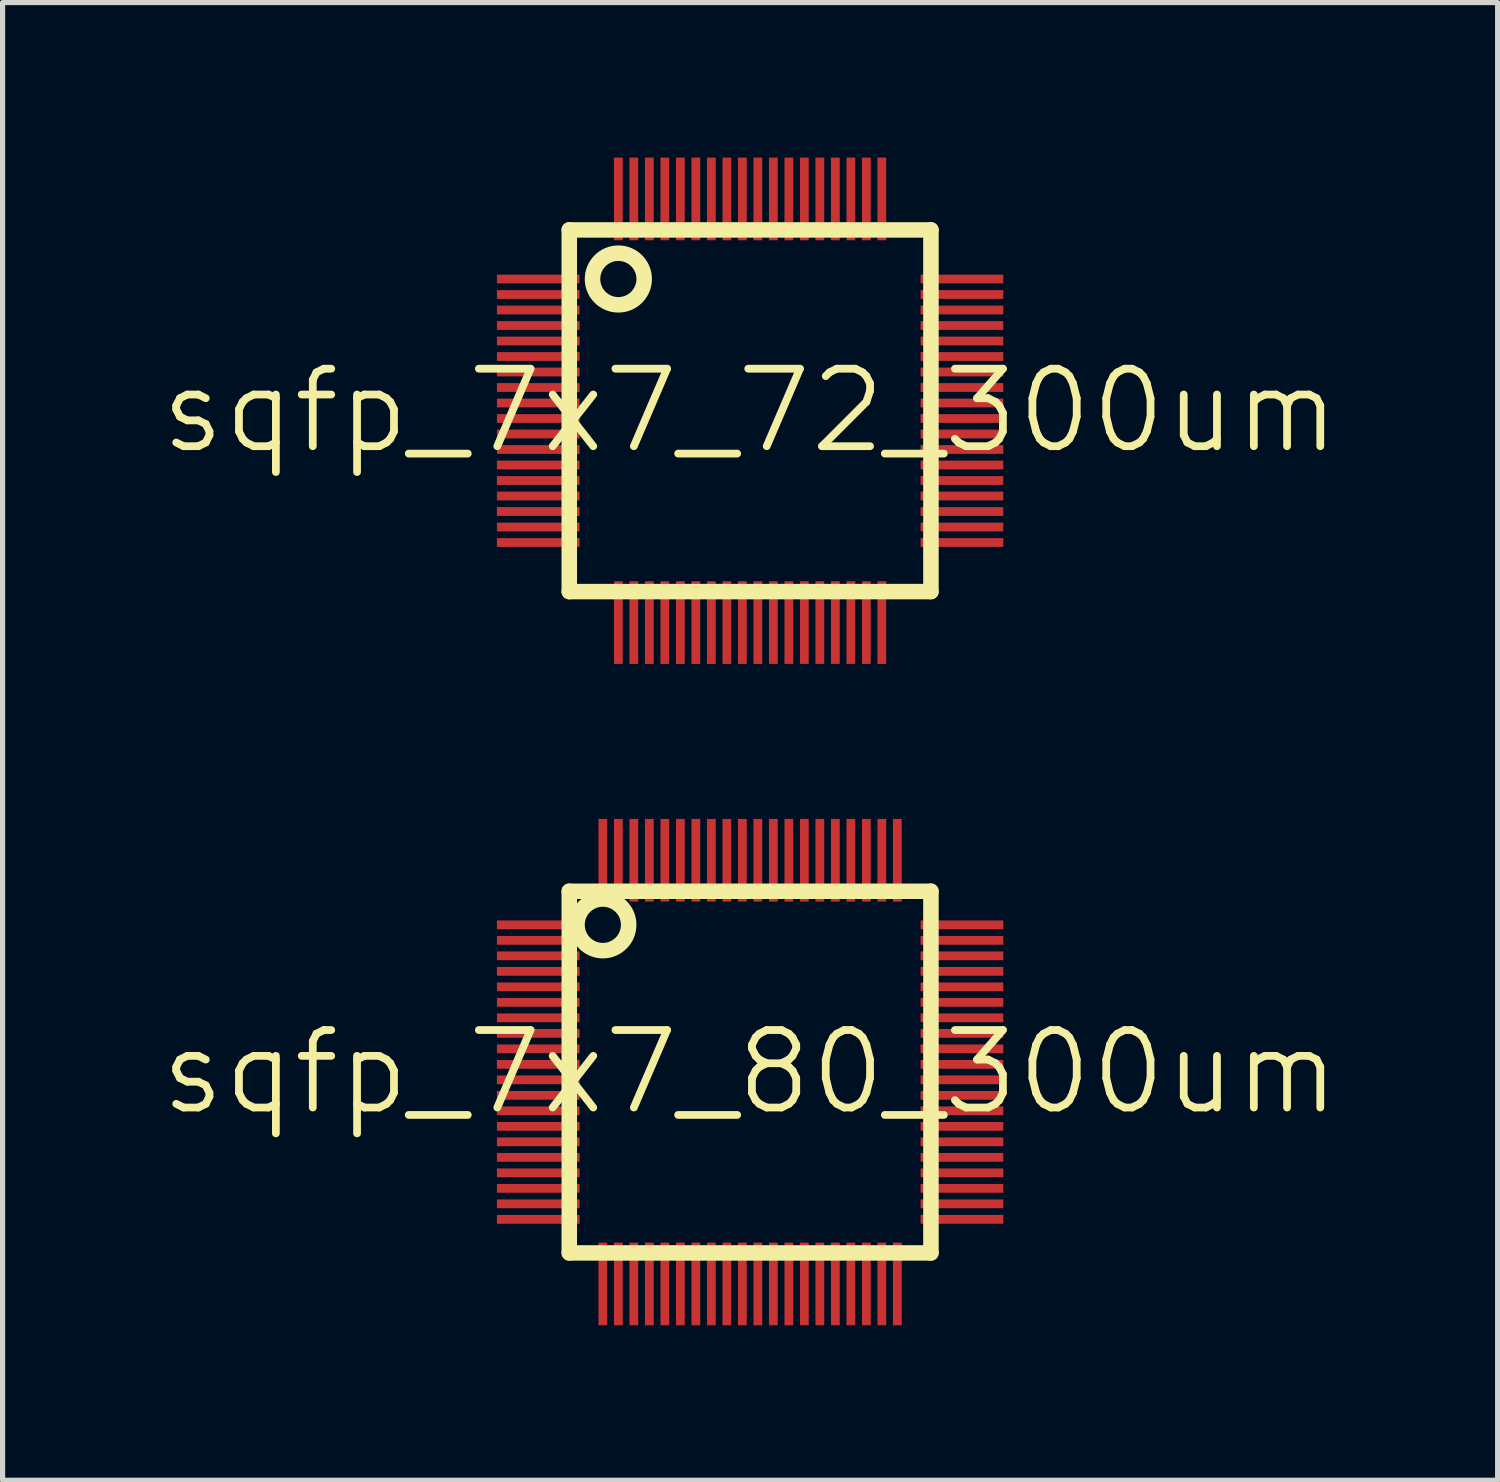
<source format=kicad_pcb>
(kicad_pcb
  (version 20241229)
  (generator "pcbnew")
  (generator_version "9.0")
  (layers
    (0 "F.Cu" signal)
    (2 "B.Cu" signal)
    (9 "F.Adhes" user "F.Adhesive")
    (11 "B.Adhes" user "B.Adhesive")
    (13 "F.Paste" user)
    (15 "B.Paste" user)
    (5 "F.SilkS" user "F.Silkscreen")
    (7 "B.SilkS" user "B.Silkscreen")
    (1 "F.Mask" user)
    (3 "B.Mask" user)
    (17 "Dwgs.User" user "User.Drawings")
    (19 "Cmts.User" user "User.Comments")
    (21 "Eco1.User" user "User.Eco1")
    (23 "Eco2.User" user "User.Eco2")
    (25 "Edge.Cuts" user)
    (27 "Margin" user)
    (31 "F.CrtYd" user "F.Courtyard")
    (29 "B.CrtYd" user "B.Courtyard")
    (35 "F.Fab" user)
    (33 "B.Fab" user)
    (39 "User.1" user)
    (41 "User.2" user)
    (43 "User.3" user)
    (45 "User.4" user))
  (footprint "sqfp_7x7_72_300um"
    (layer "F.Cu")
    (at 11.468 4.9)
    (property "Reference" "sqfp_7x7_72_300um" (at 0 0 0) (layer "F.SilkS") (effects (font (size 1.5 1.5) (thickness 0.15))))
    (attr through_hole)
    (fp_line (start -3.5 -3.5) (end 3.5 -3.5) (stroke (width 0.3) (type solid)) (layer "F.SilkS"))
    (fp_line (start -3.5 3.5) (end -3.5 -3.5) (stroke (width 0.3) (type solid)) (layer "F.SilkS"))
    (fp_line (start 3.5 -3.5) (end 3.5 3.5) (stroke (width 0.3) (type solid)) (layer "F.SilkS"))
    (fp_line (start 3.5 3.5) (end -3.5 3.5) (stroke (width 0.3) (type solid)) (layer "F.SilkS"))
    (fp_circle (center -2.55 -2.55) (end -2.05 -2.55) (stroke (width 0.3) (type solid)) (fill no) (layer "F.SilkS"))
    (pad "1" smd rect (at -4.1 -2.55 90) (size 0.17 1.6) (layers "F.Cu" "F.Mask" "F.Paste"))
    (pad "2" smd rect (at -4.1 -2.25 90) (size 0.17 1.6) (layers "F.Cu" "F.Mask" "F.Paste"))
    (pad "3" smd rect (at -4.1 -1.95 90) (size 0.17 1.6) (layers "F.Cu" "F.Mask" "F.Paste"))
    (pad "4" smd rect (at -4.1 -1.65 90) (size 0.17 1.6) (layers "F.Cu" "F.Mask" "F.Paste"))
    (pad "5" smd rect (at -4.1 -1.35 90) (size 0.17 1.6) (layers "F.Cu" "F.Mask" "F.Paste"))
    (pad "6" smd rect (at -4.1 -1.05 90) (size 0.17 1.6) (layers "F.Cu" "F.Mask" "F.Paste"))
    (pad "7" smd rect (at -4.1 -0.75 90) (size 0.17 1.6) (layers "F.Cu" "F.Mask" "F.Paste"))
    (pad "8" smd rect (at -4.1 -0.45 90) (size 0.17 1.6) (layers "F.Cu" "F.Mask" "F.Paste"))
    (pad "9" smd rect (at -4.1 -0.15 90) (size 0.17 1.6) (layers "F.Cu" "F.Mask" "F.Paste"))
    (pad "10" smd rect (at -4.1 0.15 90) (size 0.17 1.6) (layers "F.Cu" "F.Mask" "F.Paste"))
    (pad "11" smd rect (at -4.1 0.45 90) (size 0.17 1.6) (layers "F.Cu" "F.Mask" "F.Paste"))
    (pad "12" smd rect (at -4.1 0.75 90) (size 0.17 1.6) (layers "F.Cu" "F.Mask" "F.Paste"))
    (pad "13" smd rect (at -4.1 1.05 90) (size 0.17 1.6) (layers "F.Cu" "F.Mask" "F.Paste"))
    (pad "14" smd rect (at -4.1 1.35 90) (size 0.17 1.6) (layers "F.Cu" "F.Mask" "F.Paste"))
    (pad "15" smd rect (at -4.1 1.65 90) (size 0.17 1.6) (layers "F.Cu" "F.Mask" "F.Paste"))
    (pad "16" smd rect (at -4.1 1.95 90) (size 0.17 1.6) (layers "F.Cu" "F.Mask" "F.Paste"))
    (pad "17" smd rect (at -4.1 2.25 90) (size 0.17 1.6) (layers "F.Cu" "F.Mask" "F.Paste"))
    (pad "18" smd rect (at -4.1 2.55 90) (size 0.17 1.6) (layers "F.Cu" "F.Mask" "F.Paste"))
    (pad "19" smd rect (at -2.55 4.1) (size 0.17 1.6) (layers "F.Cu" "F.Mask" "F.Paste"))
    (pad "20" smd rect (at -2.25 4.1) (size 0.17 1.6) (layers "F.Cu" "F.Mask" "F.Paste"))
    (pad "21" smd rect (at -1.95 4.1) (size 0.17 1.6) (layers "F.Cu" "F.Mask" "F.Paste"))
    (pad "22" smd rect (at -1.65 4.1) (size 0.17 1.6) (layers "F.Cu" "F.Mask" "F.Paste"))
    (pad "23" smd rect (at -1.35 4.1) (size 0.17 1.6) (layers "F.Cu" "F.Mask" "F.Paste"))
    (pad "24" smd rect (at -1.05 4.1) (size 0.17 1.6) (layers "F.Cu" "F.Mask" "F.Paste"))
    (pad "25" smd rect (at -0.75 4.1) (size 0.17 1.6) (layers "F.Cu" "F.Mask" "F.Paste"))
    (pad "26" smd rect (at -0.45 4.1) (size 0.17 1.6) (layers "F.Cu" "F.Mask" "F.Paste"))
    (pad "27" smd rect (at -0.15 4.1) (size 0.17 1.6) (layers "F.Cu" "F.Mask" "F.Paste"))
    (pad "28" smd rect (at 0.15 4.1) (size 0.17 1.6) (layers "F.Cu" "F.Mask" "F.Paste"))
    (pad "29" smd rect (at 0.45 4.1) (size 0.17 1.6) (layers "F.Cu" "F.Mask" "F.Paste"))
    (pad "30" smd rect (at 0.75 4.1) (size 0.17 1.6) (layers "F.Cu" "F.Mask" "F.Paste"))
    (pad "31" smd rect (at 1.05 4.1) (size 0.17 1.6) (layers "F.Cu" "F.Mask" "F.Paste"))
    (pad "32" smd rect (at 1.35 4.1) (size 0.17 1.6) (layers "F.Cu" "F.Mask" "F.Paste"))
    (pad "33" smd rect (at 1.65 4.1) (size 0.17 1.6) (layers "F.Cu" "F.Mask" "F.Paste"))
    (pad "34" smd rect (at 1.95 4.1) (size 0.17 1.6) (layers "F.Cu" "F.Mask" "F.Paste"))
    (pad "35" smd rect (at 2.25 4.1) (size 0.17 1.6) (layers "F.Cu" "F.Mask" "F.Paste"))
    (pad "36" smd rect (at 2.55 4.1) (size 0.17 1.6) (layers "F.Cu" "F.Mask" "F.Paste"))
    (pad "37" smd rect (at 4.1 2.55 90) (size 0.17 1.6) (layers "F.Cu" "F.Mask" "F.Paste"))
    (pad "38" smd rect (at 4.1 2.25 90) (size 0.17 1.6) (layers "F.Cu" "F.Mask" "F.Paste"))
    (pad "39" smd rect (at 4.1 1.95 90) (size 0.17 1.6) (layers "F.Cu" "F.Mask" "F.Paste"))
    (pad "40" smd rect (at 4.1 1.65 90) (size 0.17 1.6) (layers "F.Cu" "F.Mask" "F.Paste"))
    (pad "41" smd rect (at 4.1 1.35 90) (size 0.17 1.6) (layers "F.Cu" "F.Mask" "F.Paste"))
    (pad "42" smd rect (at 4.1 1.05 90) (size 0.17 1.6) (layers "F.Cu" "F.Mask" "F.Paste"))
    (pad "43" smd rect (at 4.1 0.75 90) (size 0.17 1.6) (layers "F.Cu" "F.Mask" "F.Paste"))
    (pad "44" smd rect (at 4.1 0.45 90) (size 0.17 1.6) (layers "F.Cu" "F.Mask" "F.Paste"))
    (pad "45" smd rect (at 4.1 0.15 90) (size 0.17 1.6) (layers "F.Cu" "F.Mask" "F.Paste"))
    (pad "46" smd rect (at 4.1 -0.15 90) (size 0.17 1.6) (layers "F.Cu" "F.Mask" "F.Paste"))
    (pad "47" smd rect (at 4.1 -0.45 90) (size 0.17 1.6) (layers "F.Cu" "F.Mask" "F.Paste"))
    (pad "48" smd rect (at 4.1 -0.75 90) (size 0.17 1.6) (layers "F.Cu" "F.Mask" "F.Paste"))
    (pad "49" smd rect (at 4.1 -1.05 90) (size 0.17 1.6) (layers "F.Cu" "F.Mask" "F.Paste"))
    (pad "50" smd rect (at 4.1 -1.35 90) (size 0.17 1.6) (layers "F.Cu" "F.Mask" "F.Paste"))
    (pad "51" smd rect (at 4.1 -1.65 90) (size 0.17 1.6) (layers "F.Cu" "F.Mask" "F.Paste"))
    (pad "52" smd rect (at 4.1 -1.95 90) (size 0.17 1.6) (layers "F.Cu" "F.Mask" "F.Paste"))
    (pad "53" smd rect (at 4.1 -2.25 90) (size 0.17 1.6) (layers "F.Cu" "F.Mask" "F.Paste"))
    (pad "54" smd rect (at 4.1 -2.55 90) (size 0.17 1.6) (layers "F.Cu" "F.Mask" "F.Paste"))
    (pad "55" smd rect (at 2.55 -4.1) (size 0.17 1.6) (layers "F.Cu" "F.Mask" "F.Paste"))
    (pad "56" smd rect (at 2.25 -4.1) (size 0.17 1.6) (layers "F.Cu" "F.Mask" "F.Paste"))
    (pad "57" smd rect (at 1.95 -4.1) (size 0.17 1.6) (layers "F.Cu" "F.Mask" "F.Paste"))
    (pad "58" smd rect (at 1.65 -4.1) (size 0.17 1.6) (layers "F.Cu" "F.Mask" "F.Paste"))
    (pad "59" smd rect (at 1.35 -4.1) (size 0.17 1.6) (layers "F.Cu" "F.Mask" "F.Paste"))
    (pad "60" smd rect (at 1.05 -4.1) (size 0.17 1.6) (layers "F.Cu" "F.Mask" "F.Paste"))
    (pad "61" smd rect (at 0.75 -4.1) (size 0.17 1.6) (layers "F.Cu" "F.Mask" "F.Paste"))
    (pad "62" smd rect (at 0.45 -4.1) (size 0.17 1.6) (layers "F.Cu" "F.Mask" "F.Paste"))
    (pad "63" smd rect (at 0.15 -4.1) (size 0.17 1.6) (layers "F.Cu" "F.Mask" "F.Paste"))
    (pad "64" smd rect (at -0.15 -4.1) (size 0.17 1.6) (layers "F.Cu" "F.Mask" "F.Paste"))
    (pad "65" smd rect (at -0.45 -4.1) (size 0.17 1.6) (layers "F.Cu" "F.Mask" "F.Paste"))
    (pad "66" smd rect (at -0.75 -4.1) (size 0.17 1.6) (layers "F.Cu" "F.Mask" "F.Paste"))
    (pad "67" smd rect (at -1.05 -4.1) (size 0.17 1.6) (layers "F.Cu" "F.Mask" "F.Paste"))
    (pad "68" smd rect (at -1.35 -4.1) (size 0.17 1.6) (layers "F.Cu" "F.Mask" "F.Paste"))
    (pad "69" smd rect (at -1.65 -4.1) (size 0.17 1.6) (layers "F.Cu" "F.Mask" "F.Paste"))
    (pad "70" smd rect (at -1.95 -4.1) (size 0.17 1.6) (layers "F.Cu" "F.Mask" "F.Paste"))
    (pad "71" smd rect (at -2.25 -4.1) (size 0.17 1.6) (layers "F.Cu" "F.Mask" "F.Paste"))
    (pad "72" smd rect (at -2.55 -4.1) (size 0.17 1.6) (layers "F.Cu" "F.Mask" "F.Paste")))
  (footprint "sqfp_7x7_80_300um"
    (layer "F.Cu")
    (at 11.468 17.7)
    (property "Reference" "sqfp_7x7_80_300um" (at 0 0 0) (layer "F.SilkS") (effects (font (size 1.5 1.5) (thickness 0.15))))
    (attr through_hole)
    (fp_line (start -3.5 -3.5) (end 3.5 -3.5) (stroke (width 0.3) (type solid)) (layer "F.SilkS"))
    (fp_line (start -3.5 3.5) (end -3.5 -3.5) (stroke (width 0.3) (type solid)) (layer "F.SilkS"))
    (fp_line (start 3.5 -3.5) (end 3.5 3.5) (stroke (width 0.3) (type solid)) (layer "F.SilkS"))
    (fp_line (start 3.5 3.5) (end -3.5 3.5) (stroke (width 0.3) (type solid)) (layer "F.SilkS"))
    (fp_circle (center -2.85 -2.85) (end -2.35 -2.85) (stroke (width 0.3) (type solid)) (fill no) (layer "F.SilkS"))
    (pad "1" smd rect (at -4.1 -2.85 90) (size 0.17 1.6) (layers "F.Cu" "F.Mask" "F.Paste"))
    (pad "2" smd rect (at -4.1 -2.55 90) (size 0.17 1.6) (layers "F.Cu" "F.Mask" "F.Paste"))
    (pad "3" smd rect (at -4.1 -2.25 90) (size 0.17 1.6) (layers "F.Cu" "F.Mask" "F.Paste"))
    (pad "4" smd rect (at -4.1 -1.95 90) (size 0.17 1.6) (layers "F.Cu" "F.Mask" "F.Paste"))
    (pad "5" smd rect (at -4.1 -1.65 90) (size 0.17 1.6) (layers "F.Cu" "F.Mask" "F.Paste"))
    (pad "6" smd rect (at -4.1 -1.35 90) (size 0.17 1.6) (layers "F.Cu" "F.Mask" "F.Paste"))
    (pad "7" smd rect (at -4.1 -1.05 90) (size 0.17 1.6) (layers "F.Cu" "F.Mask" "F.Paste"))
    (pad "8" smd rect (at -4.1 -0.75 90) (size 0.17 1.6) (layers "F.Cu" "F.Mask" "F.Paste"))
    (pad "9" smd rect (at -4.1 -0.45 90) (size 0.17 1.6) (layers "F.Cu" "F.Mask" "F.Paste"))
    (pad "10" smd rect (at -4.1 -0.15 90) (size 0.17 1.6) (layers "F.Cu" "F.Mask" "F.Paste"))
    (pad "11" smd rect (at -4.1 0.15 90) (size 0.17 1.6) (layers "F.Cu" "F.Mask" "F.Paste"))
    (pad "12" smd rect (at -4.1 0.45 90) (size 0.17 1.6) (layers "F.Cu" "F.Mask" "F.Paste"))
    (pad "13" smd rect (at -4.1 0.75 90) (size 0.17 1.6) (layers "F.Cu" "F.Mask" "F.Paste"))
    (pad "14" smd rect (at -4.1 1.05 90) (size 0.17 1.6) (layers "F.Cu" "F.Mask" "F.Paste"))
    (pad "15" smd rect (at -4.1 1.35 90) (size 0.17 1.6) (layers "F.Cu" "F.Mask" "F.Paste"))
    (pad "16" smd rect (at -4.1 1.65 90) (size 0.17 1.6) (layers "F.Cu" "F.Mask" "F.Paste"))
    (pad "17" smd rect (at -4.1 1.95 90) (size 0.17 1.6) (layers "F.Cu" "F.Mask" "F.Paste"))
    (pad "18" smd rect (at -4.1 2.25 90) (size 0.17 1.6) (layers "F.Cu" "F.Mask" "F.Paste"))
    (pad "19" smd rect (at -4.1 2.55 90) (size 0.17 1.6) (layers "F.Cu" "F.Mask" "F.Paste"))
    (pad "20" smd rect (at -4.1 2.85 90) (size 0.17 1.6) (layers "F.Cu" "F.Mask" "F.Paste"))
    (pad "21" smd rect (at -2.85 4.1) (size 0.17 1.6) (layers "F.Cu" "F.Mask" "F.Paste"))
    (pad "22" smd rect (at -2.55 4.1) (size 0.17 1.6) (layers "F.Cu" "F.Mask" "F.Paste"))
    (pad "23" smd rect (at -2.25 4.1) (size 0.17 1.6) (layers "F.Cu" "F.Mask" "F.Paste"))
    (pad "24" smd rect (at -1.95 4.1) (size 0.17 1.6) (layers "F.Cu" "F.Mask" "F.Paste"))
    (pad "25" smd rect (at -1.65 4.1) (size 0.17 1.6) (layers "F.Cu" "F.Mask" "F.Paste"))
    (pad "26" smd rect (at -1.35 4.1) (size 0.17 1.6) (layers "F.Cu" "F.Mask" "F.Paste"))
    (pad "27" smd rect (at -1.05 4.1) (size 0.17 1.6) (layers "F.Cu" "F.Mask" "F.Paste"))
    (pad "28" smd rect (at -0.75 4.1) (size 0.17 1.6) (layers "F.Cu" "F.Mask" "F.Paste"))
    (pad "29" smd rect (at -0.45 4.1) (size 0.17 1.6) (layers "F.Cu" "F.Mask" "F.Paste"))
    (pad "30" smd rect (at -0.15 4.1) (size 0.17 1.6) (layers "F.Cu" "F.Mask" "F.Paste"))
    (pad "31" smd rect (at 0.15 4.1) (size 0.17 1.6) (layers "F.Cu" "F.Mask" "F.Paste"))
    (pad "32" smd rect (at 0.45 4.1) (size 0.17 1.6) (layers "F.Cu" "F.Mask" "F.Paste"))
    (pad "33" smd rect (at 0.75 4.1) (size 0.17 1.6) (layers "F.Cu" "F.Mask" "F.Paste"))
    (pad "34" smd rect (at 1.05 4.1) (size 0.17 1.6) (layers "F.Cu" "F.Mask" "F.Paste"))
    (pad "35" smd rect (at 1.35 4.1) (size 0.17 1.6) (layers "F.Cu" "F.Mask" "F.Paste"))
    (pad "36" smd rect (at 1.65 4.1) (size 0.17 1.6) (layers "F.Cu" "F.Mask" "F.Paste"))
    (pad "37" smd rect (at 1.95 4.1) (size 0.17 1.6) (layers "F.Cu" "F.Mask" "F.Paste"))
    (pad "38" smd rect (at 2.25 4.1) (size 0.17 1.6) (layers "F.Cu" "F.Mask" "F.Paste"))
    (pad "39" smd rect (at 2.55 4.1) (size 0.17 1.6) (layers "F.Cu" "F.Mask" "F.Paste"))
    (pad "40" smd rect (at 2.85 4.1) (size 0.17 1.6) (layers "F.Cu" "F.Mask" "F.Paste"))
    (pad "41" smd rect (at 4.1 2.85 90) (size 0.17 1.6) (layers "F.Cu" "F.Mask" "F.Paste"))
    (pad "42" smd rect (at 4.1 2.55 90) (size 0.17 1.6) (layers "F.Cu" "F.Mask" "F.Paste"))
    (pad "43" smd rect (at 4.1 2.25 90) (size 0.17 1.6) (layers "F.Cu" "F.Mask" "F.Paste"))
    (pad "44" smd rect (at 4.1 1.95 90) (size 0.17 1.6) (layers "F.Cu" "F.Mask" "F.Paste"))
    (pad "45" smd rect (at 4.1 1.65 90) (size 0.17 1.6) (layers "F.Cu" "F.Mask" "F.Paste"))
    (pad "46" smd rect (at 4.1 1.35 90) (size 0.17 1.6) (layers "F.Cu" "F.Mask" "F.Paste"))
    (pad "47" smd rect (at 4.1 1.05 90) (size 0.17 1.6) (layers "F.Cu" "F.Mask" "F.Paste"))
    (pad "48" smd rect (at 4.1 0.75 90) (size 0.17 1.6) (layers "F.Cu" "F.Mask" "F.Paste"))
    (pad "49" smd rect (at 4.1 0.45 90) (size 0.17 1.6) (layers "F.Cu" "F.Mask" "F.Paste"))
    (pad "50" smd rect (at 4.1 0.15 90) (size 0.17 1.6) (layers "F.Cu" "F.Mask" "F.Paste"))
    (pad "51" smd rect (at 4.1 -0.15 90) (size 0.17 1.6) (layers "F.Cu" "F.Mask" "F.Paste"))
    (pad "52" smd rect (at 4.1 -0.45 90) (size 0.17 1.6) (layers "F.Cu" "F.Mask" "F.Paste"))
    (pad "53" smd rect (at 4.1 -0.75 90) (size 0.17 1.6) (layers "F.Cu" "F.Mask" "F.Paste"))
    (pad "54" smd rect (at 4.1 -1.05 90) (size 0.17 1.6) (layers "F.Cu" "F.Mask" "F.Paste"))
    (pad "55" smd rect (at 4.1 -1.35 90) (size 0.17 1.6) (layers "F.Cu" "F.Mask" "F.Paste"))
    (pad "56" smd rect (at 4.1 -1.65 90) (size 0.17 1.6) (layers "F.Cu" "F.Mask" "F.Paste"))
    (pad "57" smd rect (at 4.1 -1.95 90) (size 0.17 1.6) (layers "F.Cu" "F.Mask" "F.Paste"))
    (pad "58" smd rect (at 4.1 -2.25 90) (size 0.17 1.6) (layers "F.Cu" "F.Mask" "F.Paste"))
    (pad "59" smd rect (at 4.1 -2.55 90) (size 0.17 1.6) (layers "F.Cu" "F.Mask" "F.Paste"))
    (pad "60" smd rect (at 4.1 -2.85 90) (size 0.17 1.6) (layers "F.Cu" "F.Mask" "F.Paste"))
    (pad "61" smd rect (at 2.85 -4.1) (size 0.17 1.6) (layers "F.Cu" "F.Mask" "F.Paste"))
    (pad "62" smd rect (at 2.55 -4.1) (size 0.17 1.6) (layers "F.Cu" "F.Mask" "F.Paste"))
    (pad "63" smd rect (at 2.25 -4.1) (size 0.17 1.6) (layers "F.Cu" "F.Mask" "F.Paste"))
    (pad "64" smd rect (at 1.95 -4.1) (size 0.17 1.6) (layers "F.Cu" "F.Mask" "F.Paste"))
    (pad "65" smd rect (at 1.65 -4.1) (size 0.17 1.6) (layers "F.Cu" "F.Mask" "F.Paste"))
    (pad "66" smd rect (at 1.35 -4.1) (size 0.17 1.6) (layers "F.Cu" "F.Mask" "F.Paste"))
    (pad "67" smd rect (at 1.05 -4.1) (size 0.17 1.6) (layers "F.Cu" "F.Mask" "F.Paste"))
    (pad "68" smd rect (at 0.75 -4.1) (size 0.17 1.6) (layers "F.Cu" "F.Mask" "F.Paste"))
    (pad "69" smd rect (at 0.45 -4.1) (size 0.17 1.6) (layers "F.Cu" "F.Mask" "F.Paste"))
    (pad "70" smd rect (at 0.15 -4.1) (size 0.17 1.6) (layers "F.Cu" "F.Mask" "F.Paste"))
    (pad "71" smd rect (at -0.15 -4.1) (size 0.17 1.6) (layers "F.Cu" "F.Mask" "F.Paste"))
    (pad "72" smd rect (at -0.45 -4.1) (size 0.17 1.6) (layers "F.Cu" "F.Mask" "F.Paste"))
    (pad "73" smd rect (at -0.75 -4.1) (size 0.17 1.6) (layers "F.Cu" "F.Mask" "F.Paste"))
    (pad "74" smd rect (at -1.05 -4.1) (size 0.17 1.6) (layers "F.Cu" "F.Mask" "F.Paste"))
    (pad "75" smd rect (at -1.35 -4.1) (size 0.17 1.6) (layers "F.Cu" "F.Mask" "F.Paste"))
    (pad "76" smd rect (at -1.65 -4.1) (size 0.17 1.6) (layers "F.Cu" "F.Mask" "F.Paste"))
    (pad "77" smd rect (at -1.95 -4.1) (size 0.17 1.6) (layers "F.Cu" "F.Mask" "F.Paste"))
    (pad "78" smd rect (at -2.25 -4.1) (size 0.17 1.6) (layers "F.Cu" "F.Mask" "F.Paste"))
    (pad "79" smd rect (at -2.55 -4.1) (size 0.17 1.6) (layers "F.Cu" "F.Mask" "F.Paste"))
    (pad "80" smd rect (at -2.85 -4.1) (size 0.17 1.6) (layers "F.Cu" "F.Mask" "F.Paste")))
  (gr_rect
    (start -3 -3)
    (end 25.936 25.6)
    (stroke (width 0.1) (type default))
    (fill no)
    (layer "Edge.Cuts")))
</source>
